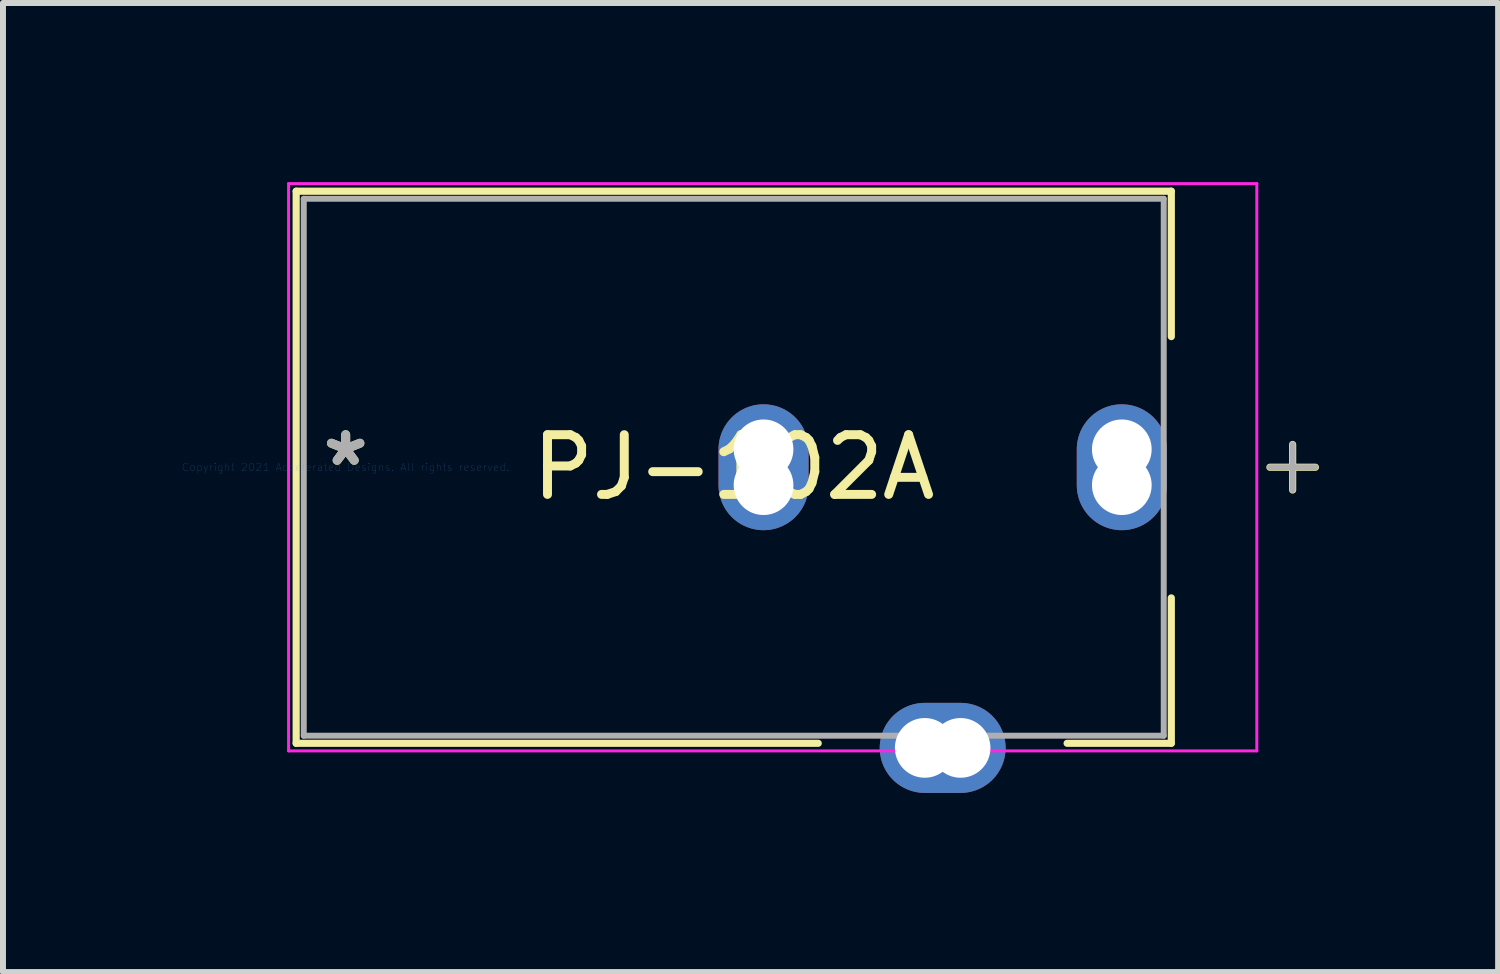
<source format=kicad_pcb>
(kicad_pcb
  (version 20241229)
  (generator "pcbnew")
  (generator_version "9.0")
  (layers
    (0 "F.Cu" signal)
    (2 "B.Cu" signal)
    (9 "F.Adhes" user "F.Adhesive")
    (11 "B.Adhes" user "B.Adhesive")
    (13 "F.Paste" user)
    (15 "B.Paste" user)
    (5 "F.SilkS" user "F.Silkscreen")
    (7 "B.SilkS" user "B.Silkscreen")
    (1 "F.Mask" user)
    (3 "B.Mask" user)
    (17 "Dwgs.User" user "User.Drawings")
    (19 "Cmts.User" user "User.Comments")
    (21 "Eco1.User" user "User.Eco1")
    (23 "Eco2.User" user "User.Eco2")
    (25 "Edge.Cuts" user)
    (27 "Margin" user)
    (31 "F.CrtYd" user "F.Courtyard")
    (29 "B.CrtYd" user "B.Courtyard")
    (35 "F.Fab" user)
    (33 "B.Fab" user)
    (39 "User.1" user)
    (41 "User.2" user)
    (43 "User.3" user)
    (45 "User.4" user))
  (footprint "PJ-102A"
    (layer "F.Cu")
    (at 2.739 4.775)
    (property "Reference" "PJ-102A" (at 6.499 0 0) (layer "F.SilkS") (effects (font (size 1 1) (thickness 0.15))))
    (attr through_hole)
    (fp_line (start -0.829 -4.623) (end -0.829 4.623) (stroke (width 0.12) (type solid)) (layer "F.SilkS"))
    (fp_line (start -0.829 4.623) (end 7.914 4.623) (stroke (width 0.12) (type solid)) (layer "F.SilkS"))
    (fp_line (start 12.082 4.623) (end 13.827 4.623) (stroke (width 0.12) (type solid)) (layer "F.SilkS"))
    (fp_line (start 13.827 -4.623) (end -0.829 -4.623) (stroke (width 0.12) (type solid)) (layer "F.SilkS"))
    (fp_line (start 13.827 -2.188) (end 13.827 -4.623) (stroke (width 0.12) (type solid)) (layer "F.SilkS"))
    (fp_line (start 13.827 4.623) (end 13.827 2.188) (stroke (width 0.12) (type solid)) (layer "F.SilkS"))
    (fp_line (start 15.859 -0.381) (end 15.859 0.381) (stroke (width 0.12) (type solid)) (layer "F.SilkS"))
    (fp_line (start 16.24 0) (end 15.478 0) (stroke (width 0.12) (type solid)) (layer "F.SilkS"))
    (fp_line (start -0.956 -4.75) (end 15.259 -4.75) (stroke (width 0.05) (type solid)) (layer "F.CrtYd"))
    (fp_line (start -0.956 4.75) (end -0.956 -4.75) (stroke (width 0.05) (type solid)) (layer "F.CrtYd"))
    (fp_line (start 15.259 -4.75) (end 15.259 4.75) (stroke (width 0.05) (type solid)) (layer "F.CrtYd"))
    (fp_line (start 15.259 4.75) (end -0.956 4.75) (stroke (width 0.05) (type solid)) (layer "F.CrtYd"))
    (fp_line (start -0.702 -4.496) (end -0.702 4.496) (stroke (width 0.1) (type solid)) (layer "F.Fab"))
    (fp_line (start -0.702 4.496) (end 13.7 4.496) (stroke (width 0.1) (type solid)) (layer "F.Fab"))
    (fp_line (start 13.7 -4.496) (end -0.702 -4.496) (stroke (width 0.1) (type solid)) (layer "F.Fab"))
    (fp_line (start 13.7 4.496) (end 13.7 -4.496) (stroke (width 0.1) (type solid)) (layer "F.Fab"))
    (fp_line (start 15.859 -0.381) (end 15.859 0.381) (stroke (width 0.1) (type solid)) (layer "F.Fab"))
    (fp_line (start 16.24 0) (end 15.478 0) (stroke (width 0.1) (type solid)) (layer "F.Fab"))
    (fp_text user "*" (at 0 0 0) (layer "F.SilkS") (effects (font (size 1 1) (thickness 0.15))))
    (fp_text user "Copyright 2021 Accelerated Designs. All rights reserved." (at 0 0 0) (layer "Cmts.User") (effects (font (size 0.127 0.127) (thickness 0.002))))
    (fp_text user "*" (at 0 0 0) (layer "F.Fab") (effects (font (size 1 1) (thickness 0.15))))
    (pad "" np_thru_hole circle (at 6.998 -0.3 90) (size 1 1) (drill 1) (layers "*.Cu" "*.Mask"))
    (pad "" np_thru_hole circle (at 6.998 0.3 90) (size 1 1) (drill 1) (layers "*.Cu" "*.Mask"))
    (pad "" np_thru_hole circle (at 9.698 4.7 90) (size 1 1) (drill 1) (layers "*.Cu" "*.Mask"))
    (pad "" np_thru_hole circle (at 10.298 4.7 90) (size 1 1) (drill 1) (layers "*.Cu" "*.Mask"))
    (pad "" np_thru_hole circle (at 12.998 -0.3 90) (size 1 1) (drill 1) (layers "*.Cu" "*.Mask"))
    (pad "" np_thru_hole circle (at 12.998 0.3 90) (size 1 1) (drill 1) (layers "*.Cu" "*.Mask"))
    (pad "1" thru_hole oval (at 12.998 0 90) (size 2.108 1.508) (drill 0.025) (layers "*.Cu" "*.Mask"))
    (pad "2" thru_hole oval (at 9.998 4.7) (size 2.108 1.508) (drill 0.025) (layers "*.Cu" "*.Mask"))
    (pad "3" thru_hole oval (at 6.998 0 90) (size 2.108 1.508) (drill 0.025) (layers "*.Cu" "*.Mask")))
  (gr_rect
    (start -3 -3)
    (end 22.039 13.229)
    (stroke (width 0.1) (type default))
    (fill no)
    (layer "Edge.Cuts")))
</source>
